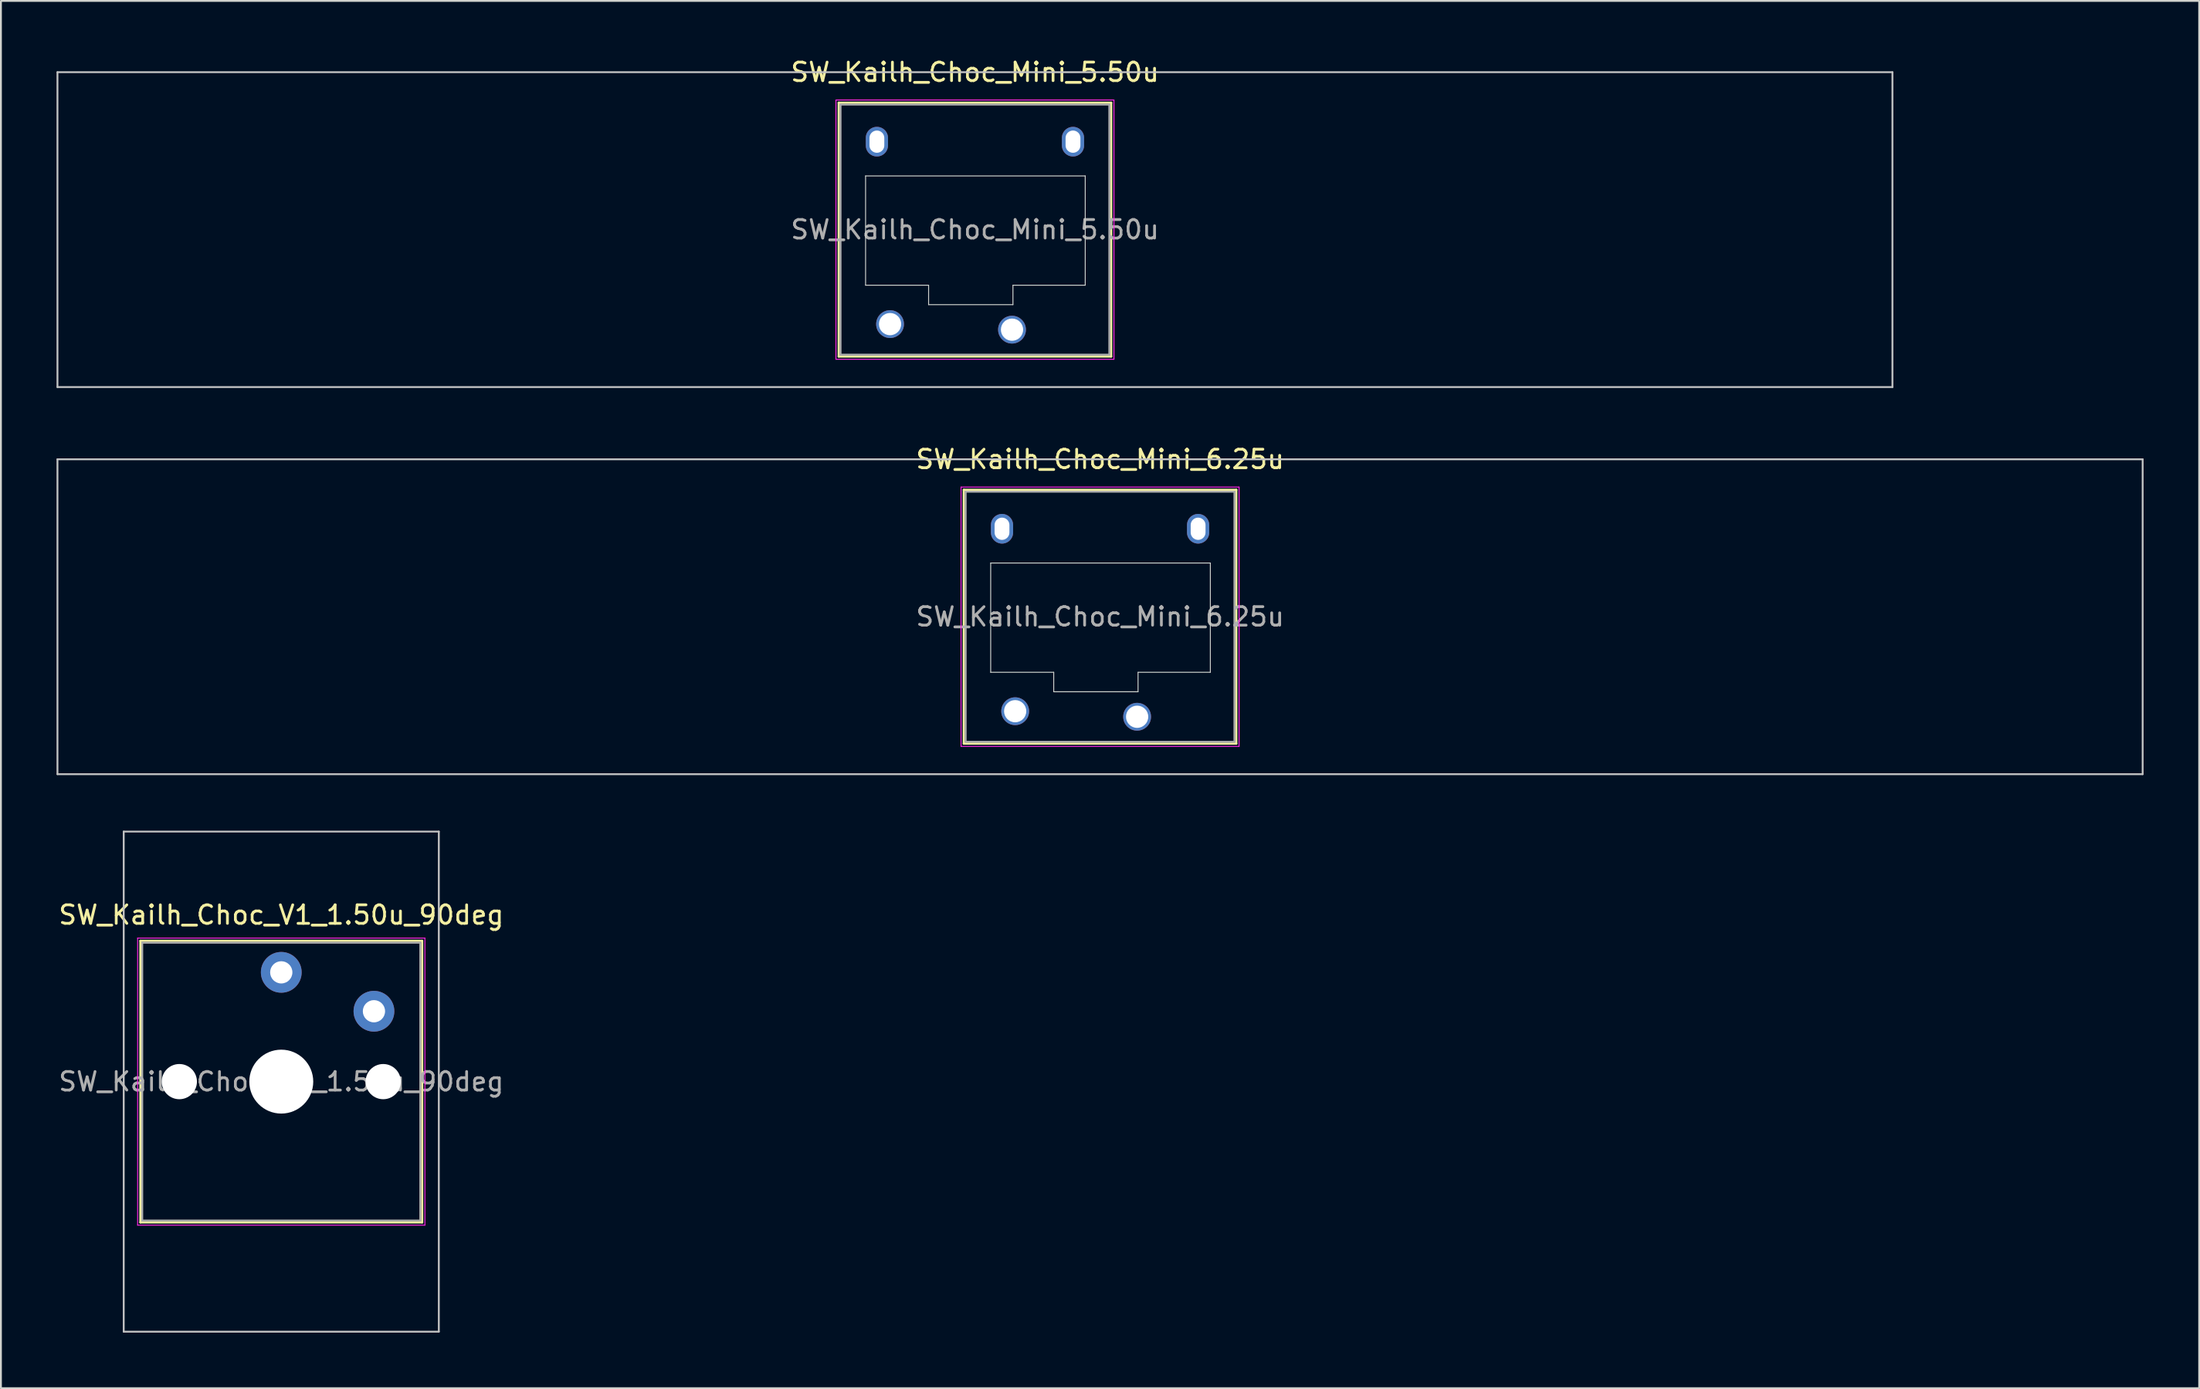
<source format=kicad_pcb>
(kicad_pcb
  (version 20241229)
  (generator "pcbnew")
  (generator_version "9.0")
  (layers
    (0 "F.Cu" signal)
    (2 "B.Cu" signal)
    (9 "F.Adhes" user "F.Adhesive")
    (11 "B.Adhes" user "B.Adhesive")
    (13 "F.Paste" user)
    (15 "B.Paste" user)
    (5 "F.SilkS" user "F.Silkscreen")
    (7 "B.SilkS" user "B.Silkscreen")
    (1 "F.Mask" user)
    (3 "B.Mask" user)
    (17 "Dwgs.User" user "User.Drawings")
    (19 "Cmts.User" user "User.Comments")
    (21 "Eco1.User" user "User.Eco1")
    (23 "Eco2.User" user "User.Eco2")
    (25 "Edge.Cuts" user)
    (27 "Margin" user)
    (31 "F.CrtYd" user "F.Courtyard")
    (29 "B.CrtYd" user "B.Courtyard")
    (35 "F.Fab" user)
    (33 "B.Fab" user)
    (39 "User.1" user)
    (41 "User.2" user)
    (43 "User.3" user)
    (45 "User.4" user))
  (footprint "SW_Kailh_Choc_V1_1.50u_90deg"
    (layer "F.Cu")
    (at 12.125 55.346)
    (property "Reference" "SW_Kailh_Choc_V1_1.50u_90deg" (at 0 -9 0) (layer "F.SilkS") (effects (font (size 1 1) (thickness 0.15))))
    (attr through_hole)
    (fp_line (start -7.6 -7.6) (end -7.6 7.6) (stroke (width 0.12) (type solid)) (layer "F.SilkS"))
    (fp_line (start -7.6 7.6) (end 7.6 7.6) (stroke (width 0.12) (type solid)) (layer "F.SilkS"))
    (fp_line (start 7.6 -7.6) (end -7.6 -7.6) (stroke (width 0.12) (type solid)) (layer "F.SilkS"))
    (fp_line (start 7.6 7.6) (end 7.6 -7.6) (stroke (width 0.12) (type solid)) (layer "F.SilkS"))
    (fp_line (start -8.5 -13.5) (end 8.5 -13.5) (stroke (width 0.1) (type solid)) (layer "Dwgs.User"))
    (fp_line (start -8.5 13.5) (end -8.5 -13.5) (stroke (width 0.1) (type solid)) (layer "Dwgs.User"))
    (fp_line (start 8.5 -13.5) (end 8.5 13.5) (stroke (width 0.1) (type solid)) (layer "Dwgs.User"))
    (fp_line (start 8.5 13.5) (end -8.5 13.5) (stroke (width 0.1) (type solid)) (layer "Dwgs.User"))
    (fp_line (start -7.25 -7.25) (end -7.25 7.25) (stroke (width 0.1) (type solid)) (layer "Eco1.User"))
    (fp_line (start -7.25 7.25) (end 7.25 7.25) (stroke (width 0.1) (type solid)) (layer "Eco1.User"))
    (fp_line (start 7.25 -7.25) (end -7.25 -7.25) (stroke (width 0.1) (type solid)) (layer "Eco1.User"))
    (fp_line (start 7.25 7.25) (end 7.25 -7.25) (stroke (width 0.1) (type solid)) (layer "Eco1.User"))
    (fp_line (start -7.75 -7.75) (end -7.75 7.75) (stroke (width 0.05) (type solid)) (layer "F.CrtYd"))
    (fp_line (start -7.75 7.75) (end 7.75 7.75) (stroke (width 0.05) (type solid)) (layer "F.CrtYd"))
    (fp_line (start 7.75 -7.75) (end -7.75 -7.75) (stroke (width 0.05) (type solid)) (layer "F.CrtYd"))
    (fp_line (start 7.75 7.75) (end 7.75 -7.75) (stroke (width 0.05) (type solid)) (layer "F.CrtYd"))
    (fp_line (start -7.5 -7.5) (end -7.5 7.5) (stroke (width 0.1) (type solid)) (layer "F.Fab"))
    (fp_line (start -7.5 7.5) (end 7.5 7.5) (stroke (width 0.1) (type solid)) (layer "F.Fab"))
    (fp_line (start 7.5 -7.5) (end -7.5 -7.5) (stroke (width 0.1) (type solid)) (layer "F.Fab"))
    (fp_line (start 7.5 7.5) (end 7.5 -7.5) (stroke (width 0.1) (type solid)) (layer "F.Fab"))
    (fp_text user "${REFERENCE}" (at 0 0 0) (layer "F.Fab") (effects (font (size 1 1) (thickness 0.15))))
    (pad "" np_thru_hole circle (at -5.5 0) (size 1.9 1.9) (drill 1.9) (layers "*.Cu" "*.Mask"))
    (pad "" smd circle (at 0 -5.9) (size 1.25 1.25) (layers "F.Mask"))
    (pad "" np_thru_hole circle (at 0 0) (size 3.45 3.45) (drill 3.45) (layers "*.Cu" "*.Mask"))
    (pad "" smd circle (at 5 -3.8) (size 1.25 1.25) (layers "F.Mask"))
    (pad "" np_thru_hole circle (at 5.5 0) (size 1.9 1.9) (drill 1.9) (layers "*.Cu" "*.Mask"))
    (pad "1" thru_hole circle (at 0 -5.9) (size 2.2 2.2) (drill 1.2) (layers "*.Cu" "B.Mask"))
    (pad "2" thru_hole circle (at 5 -3.8) (size 2.2 2.2) (drill 1.2) (layers "*.Cu" "B.Mask")))
  (footprint "SW_Kailh_Choc_Mini_5.50u"
    (layer "F.Cu")
    (at 49.55 9.348)
    (property "Reference" "SW_Kailh_Choc_Mini_5.50u" (at 0 -8.5 0) (layer "F.SilkS") (effects (font (size 1 1) (thickness 0.15))))
    (attr through_hole)
    (fp_line (start -7.35 -6.85) (end -7.35 6.85) (stroke (width 0.12) (type solid)) (layer "F.SilkS"))
    (fp_line (start -7.35 6.85) (end 7.35 6.85) (stroke (width 0.12) (type solid)) (layer "F.SilkS"))
    (fp_line (start 7.35 -6.85) (end -7.35 -6.85) (stroke (width 0.12) (type solid)) (layer "F.SilkS"))
    (fp_line (start 7.35 6.85) (end 7.35 -6.85) (stroke (width 0.12) (type solid)) (layer "F.SilkS"))
    (fp_line (start -49.5 -8.5) (end -49.5 8.5) (stroke (width 0.1) (type solid)) (layer "Dwgs.User"))
    (fp_line (start -49.5 8.5) (end 49.5 8.5) (stroke (width 0.1) (type solid)) (layer "Dwgs.User"))
    (fp_line (start 49.5 -8.5) (end -49.5 -8.5) (stroke (width 0.1) (type solid)) (layer "Dwgs.User"))
    (fp_line (start 49.5 8.5) (end 49.5 -8.5) (stroke (width 0.1) (type solid)) (layer "Dwgs.User"))
    (fp_line (start -6.85 -6.35) (end -6.85 6.35) (stroke (width 0.1) (type solid)) (layer "Eco1.User"))
    (fp_line (start -6.85 6.35) (end 6.85 6.35) (stroke (width 0.1) (type solid)) (layer "Eco1.User"))
    (fp_line (start 6.85 -6.35) (end -6.85 -6.35) (stroke (width 0.1) (type solid)) (layer "Eco1.User"))
    (fp_line (start 6.85 6.35) (end 6.85 -6.35) (stroke (width 0.1) (type solid)) (layer "Eco1.User"))
    (fp_line (start -5.9 -2.9) (end -5.9 3) (stroke (width 0.05) (type solid)) (layer "Edge.Cuts"))
    (fp_line (start -5.9 3) (end -2.5 3) (stroke (width 0.05) (type solid)) (layer "Edge.Cuts"))
    (fp_line (start -2.5 3) (end -2.5 4.05) (stroke (width 0.05) (type solid)) (layer "Edge.Cuts"))
    (fp_line (start -2.5 4.05) (end 2.05 4.05) (stroke (width 0.05) (type solid)) (layer "Edge.Cuts"))
    (fp_line (start 2.05 3) (end 5.95 3) (stroke (width 0.05) (type solid)) (layer "Edge.Cuts"))
    (fp_line (start 2.05 4.05) (end 2.05 3) (stroke (width 0.05) (type solid)) (layer "Edge.Cuts"))
    (fp_line (start 5.95 -2.9) (end -5.9 -2.9) (stroke (width 0.05) (type solid)) (layer "Edge.Cuts"))
    (fp_line (start 5.95 3) (end 5.95 -2.9) (stroke (width 0.05) (type solid)) (layer "Edge.Cuts"))
    (fp_line (start -7.5 -7) (end -7.5 7) (stroke (width 0.05) (type solid)) (layer "F.CrtYd"))
    (fp_line (start -7.5 7) (end 7.5 7) (stroke (width 0.05) (type solid)) (layer "F.CrtYd"))
    (fp_line (start 7.5 -7) (end -7.5 -7) (stroke (width 0.05) (type solid)) (layer "F.CrtYd"))
    (fp_line (start 7.5 7) (end 7.5 -7) (stroke (width 0.05) (type solid)) (layer "F.CrtYd"))
    (fp_line (start -7.25 -6.75) (end -7.25 6.75) (stroke (width 0.1) (type solid)) (layer "F.Fab"))
    (fp_line (start -7.25 6.75) (end 7.25 6.75) (stroke (width 0.1) (type solid)) (layer "F.Fab"))
    (fp_line (start 7.25 -6.75) (end -7.25 -6.75) (stroke (width 0.1) (type solid)) (layer "F.Fab"))
    (fp_line (start 7.25 6.75) (end 7.25 -6.75) (stroke (width 0.1) (type solid)) (layer "F.Fab"))
    (fp_text user "${REFERENCE}" (at 0 0 0) (layer "F.Fab") (effects (font (size 1 1) (thickness 0.15))))
    (pad "" np_thru_hole oval (at -5.29 -4.75) (size 1.2 1.6) (drill oval 0.8 1.2) (layers "*.Cu" "*.Mask"))
    (pad "" smd circle (at -4.58 5.1) (size 1.25 1.25) (layers "F.Mask"))
    (pad "" smd circle (at 2 5.4) (size 1.25 1.25) (layers "F.Mask"))
    (pad "" np_thru_hole oval (at 5.29 -4.75) (size 1.2 1.6) (drill oval 0.8 1.2) (layers "*.Cu" "*.Mask"))
    (pad "1" thru_hole circle (at 2 5.4) (size 1.5 1.5) (drill 1.2) (layers "*.Cu" "B.Mask"))
    (pad "2" thru_hole circle (at -4.58 5.1) (size 1.5 1.5) (drill 1.2) (layers "*.Cu" "B.Mask")))
  (footprint "SW_Kailh_Choc_Mini_6.25u"
    (layer "F.Cu")
    (at 56.3 30.247)
    (property "Reference" "SW_Kailh_Choc_Mini_6.25u" (at 0 -8.5 0) (layer "F.SilkS") (effects (font (size 1 1) (thickness 0.15))))
    (attr through_hole)
    (fp_line (start -7.35 -6.85) (end -7.35 6.85) (stroke (width 0.12) (type solid)) (layer "F.SilkS"))
    (fp_line (start -7.35 6.85) (end 7.35 6.85) (stroke (width 0.12) (type solid)) (layer "F.SilkS"))
    (fp_line (start 7.35 -6.85) (end -7.35 -6.85) (stroke (width 0.12) (type solid)) (layer "F.SilkS"))
    (fp_line (start 7.35 6.85) (end 7.35 -6.85) (stroke (width 0.12) (type solid)) (layer "F.SilkS"))
    (fp_line (start -56.25 -8.5) (end -56.25 8.5) (stroke (width 0.1) (type solid)) (layer "Dwgs.User"))
    (fp_line (start -56.25 8.5) (end 56.25 8.5) (stroke (width 0.1) (type solid)) (layer "Dwgs.User"))
    (fp_line (start 56.25 -8.5) (end -56.25 -8.5) (stroke (width 0.1) (type solid)) (layer "Dwgs.User"))
    (fp_line (start 56.25 8.5) (end 56.25 -8.5) (stroke (width 0.1) (type solid)) (layer "Dwgs.User"))
    (fp_line (start -6.85 -6.35) (end -6.85 6.35) (stroke (width 0.1) (type solid)) (layer "Eco1.User"))
    (fp_line (start -6.85 6.35) (end 6.85 6.35) (stroke (width 0.1) (type solid)) (layer "Eco1.User"))
    (fp_line (start 6.85 -6.35) (end -6.85 -6.35) (stroke (width 0.1) (type solid)) (layer "Eco1.User"))
    (fp_line (start 6.85 6.35) (end 6.85 -6.35) (stroke (width 0.1) (type solid)) (layer "Eco1.User"))
    (fp_line (start -5.9 -2.9) (end -5.9 3) (stroke (width 0.05) (type solid)) (layer "Edge.Cuts"))
    (fp_line (start -5.9 3) (end -2.5 3) (stroke (width 0.05) (type solid)) (layer "Edge.Cuts"))
    (fp_line (start -2.5 3) (end -2.5 4.05) (stroke (width 0.05) (type solid)) (layer "Edge.Cuts"))
    (fp_line (start -2.5 4.05) (end 2.05 4.05) (stroke (width 0.05) (type solid)) (layer "Edge.Cuts"))
    (fp_line (start 2.05 3) (end 5.95 3) (stroke (width 0.05) (type solid)) (layer "Edge.Cuts"))
    (fp_line (start 2.05 4.05) (end 2.05 3) (stroke (width 0.05) (type solid)) (layer "Edge.Cuts"))
    (fp_line (start 5.95 -2.9) (end -5.9 -2.9) (stroke (width 0.05) (type solid)) (layer "Edge.Cuts"))
    (fp_line (start 5.95 3) (end 5.95 -2.9) (stroke (width 0.05) (type solid)) (layer "Edge.Cuts"))
    (fp_line (start -7.5 -7) (end -7.5 7) (stroke (width 0.05) (type solid)) (layer "F.CrtYd"))
    (fp_line (start -7.5 7) (end 7.5 7) (stroke (width 0.05) (type solid)) (layer "F.CrtYd"))
    (fp_line (start 7.5 -7) (end -7.5 -7) (stroke (width 0.05) (type solid)) (layer "F.CrtYd"))
    (fp_line (start 7.5 7) (end 7.5 -7) (stroke (width 0.05) (type solid)) (layer "F.CrtYd"))
    (fp_line (start -7.25 -6.75) (end -7.25 6.75) (stroke (width 0.1) (type solid)) (layer "F.Fab"))
    (fp_line (start -7.25 6.75) (end 7.25 6.75) (stroke (width 0.1) (type solid)) (layer "F.Fab"))
    (fp_line (start 7.25 -6.75) (end -7.25 -6.75) (stroke (width 0.1) (type solid)) (layer "F.Fab"))
    (fp_line (start 7.25 6.75) (end 7.25 -6.75) (stroke (width 0.1) (type solid)) (layer "F.Fab"))
    (fp_text user "${REFERENCE}" (at 0 0 0) (layer "F.Fab") (effects (font (size 1 1) (thickness 0.15))))
    (pad "" np_thru_hole oval (at -5.29 -4.75) (size 1.2 1.6) (drill oval 0.8 1.2) (layers "*.Cu" "*.Mask"))
    (pad "" smd circle (at -4.58 5.1) (size 1.25 1.25) (layers "F.Mask"))
    (pad "" smd circle (at 2 5.4) (size 1.25 1.25) (layers "F.Mask"))
    (pad "" np_thru_hole oval (at 5.29 -4.75) (size 1.2 1.6) (drill oval 0.8 1.2) (layers "*.Cu" "*.Mask"))
    (pad "1" thru_hole circle (at 2 5.4) (size 1.5 1.5) (drill 1.2) (layers "*.Cu" "B.Mask"))
    (pad "2" thru_hole circle (at -4.58 5.1) (size 1.5 1.5) (drill 1.2) (layers "*.Cu" "B.Mask")))
  (gr_rect
    (start -3 -3)
    (end 115.6 71.897)
    (stroke (width 0.1) (type default))
    (fill no)
    (layer "Edge.Cuts")))
</source>
